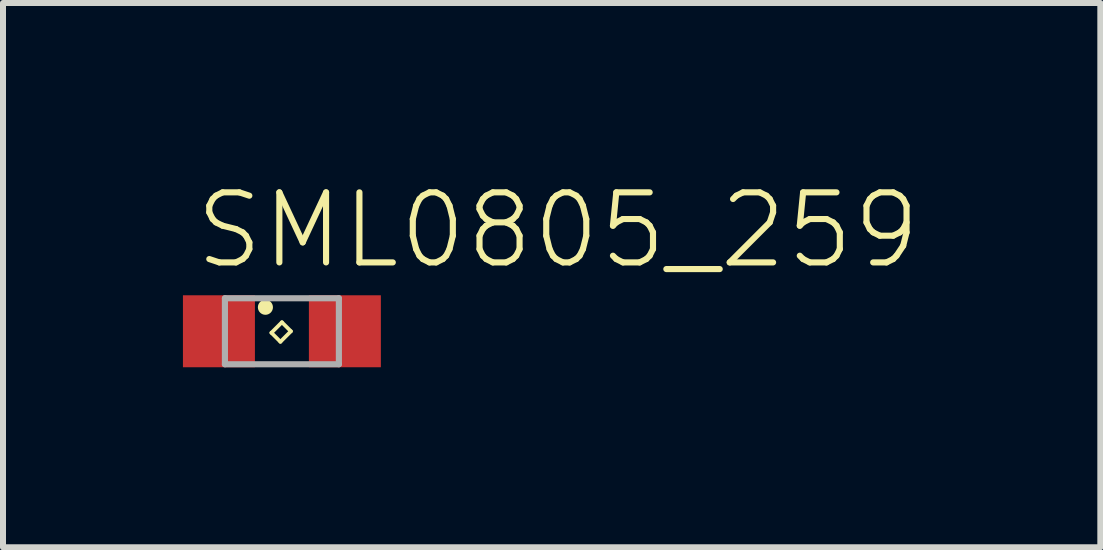
<source format=kicad_pcb>
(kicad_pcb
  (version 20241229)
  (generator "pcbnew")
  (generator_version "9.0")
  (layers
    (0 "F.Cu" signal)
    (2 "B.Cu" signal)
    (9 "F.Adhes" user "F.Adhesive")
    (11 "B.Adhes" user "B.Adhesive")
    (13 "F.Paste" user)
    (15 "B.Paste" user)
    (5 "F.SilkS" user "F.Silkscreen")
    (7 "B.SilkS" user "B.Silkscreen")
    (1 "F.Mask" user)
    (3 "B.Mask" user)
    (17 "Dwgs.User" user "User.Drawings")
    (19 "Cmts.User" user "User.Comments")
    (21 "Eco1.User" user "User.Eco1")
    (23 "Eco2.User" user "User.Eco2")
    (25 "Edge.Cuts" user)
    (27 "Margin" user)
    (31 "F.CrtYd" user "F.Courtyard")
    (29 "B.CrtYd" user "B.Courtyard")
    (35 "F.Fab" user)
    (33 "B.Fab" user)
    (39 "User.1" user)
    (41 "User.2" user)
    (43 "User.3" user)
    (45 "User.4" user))
  (footprint "SML0805_259"
    (layer "F.Cu")
    (at 1.65 2.473)
    (property "Reference" "SML0805_259" (at -1.5 -1 0) (unlocked yes) (layer "F.SilkS") (effects (font (size 1.168 1.168) (thickness 0.102)) (justify left bottom)))
    (fp_line (start -0.175 0.025) (end 0 -0.15) (stroke (width 0.063) (type solid)) (layer "F.SilkS"))
    (fp_line (start -0.025 0.175) (end -0.175 0.025) (stroke (width 0.063) (type solid)) (layer "F.SilkS"))
    (fp_line (start 0 -0.15) (end 0.15 0) (stroke (width 0.063) (type solid)) (layer "F.SilkS"))
    (fp_line (start 0.15 0) (end -0.025 0.175) (stroke (width 0.063) (type solid)) (layer "F.SilkS"))
    (fp_circle (center -0.275 -0.4) (end -0.212 -0.4) (stroke (width 0.125) (type solid)) (fill yes) (layer "F.SilkS"))
    (fp_line (start -0.95 -0.55) (end -0.95 0.55) (stroke (width 0.102) (type solid)) (layer "F.Fab"))
    (fp_line (start -0.95 0.55) (end 0.95 0.55) (stroke (width 0.102) (type solid)) (layer "F.Fab"))
    (fp_line (start 0.95 -0.55) (end -0.95 -0.55) (stroke (width 0.102) (type solid)) (layer "F.Fab"))
    (fp_line (start 0.95 0.55) (end 0.95 -0.55) (stroke (width 0.102) (type solid)) (layer "F.Fab"))
    (pad "A" smd rect (at 1.05 0) (size 1.2 1.2) (layers "F.Cu" "F.Mask" "F.Paste"))
    (pad "C" smd rect (at -1.05 0) (size 1.2 1.2) (layers "F.Cu" "F.Mask" "F.Paste")))
  (gr_rect
    (start -3 -3)
    (end 15.295 6.074)
    (stroke (width 0.1) (type default))
    (fill no)
    (layer "Edge.Cuts")))
</source>
